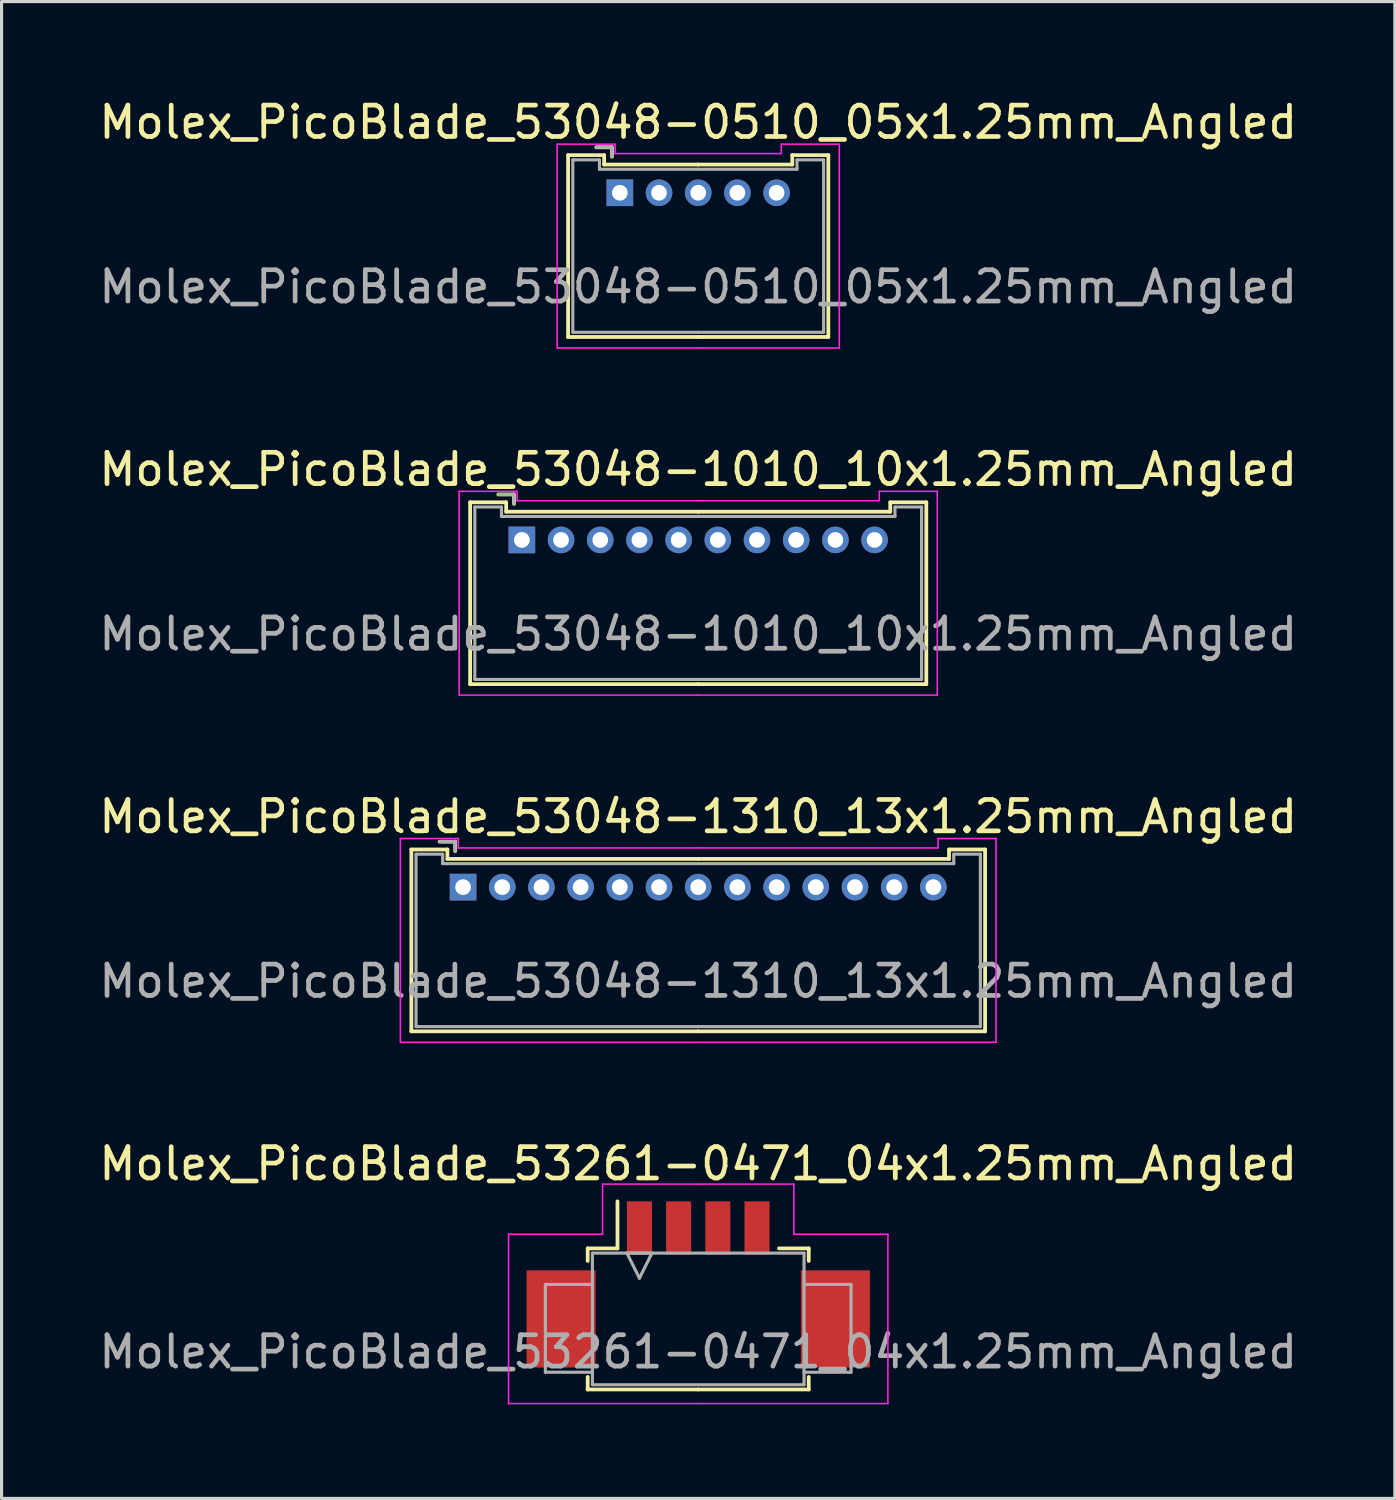
<source format=kicad_pcb>
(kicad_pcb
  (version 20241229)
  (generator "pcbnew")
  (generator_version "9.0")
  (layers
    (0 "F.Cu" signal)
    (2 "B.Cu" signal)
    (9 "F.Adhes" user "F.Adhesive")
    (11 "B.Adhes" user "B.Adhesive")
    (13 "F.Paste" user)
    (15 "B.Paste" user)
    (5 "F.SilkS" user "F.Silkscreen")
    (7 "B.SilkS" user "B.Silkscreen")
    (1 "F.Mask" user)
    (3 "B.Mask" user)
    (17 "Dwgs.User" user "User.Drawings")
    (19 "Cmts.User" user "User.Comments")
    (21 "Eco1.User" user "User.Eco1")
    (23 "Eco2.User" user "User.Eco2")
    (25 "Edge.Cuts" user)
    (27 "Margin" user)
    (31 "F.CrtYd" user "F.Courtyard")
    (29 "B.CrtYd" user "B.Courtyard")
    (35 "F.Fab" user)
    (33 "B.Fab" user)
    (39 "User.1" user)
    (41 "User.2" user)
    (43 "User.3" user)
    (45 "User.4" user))
  (footprint "Molex_PicoBlade_53261-0471_04x1.25mm_Angled"
    (layer "F.Cu")
    (at 19.22 37.568)
    (property "Reference" "Molex_PicoBlade_53261-0471_04x1.25mm_Angled" (at 0 -3.5 0) (layer "F.SilkS") (effects (font (size 1 1) (thickness 0.15))))
    (attr smd)
    (fp_line (start -3.525 -0.8) (end -3.525 -0.4) (stroke (width 0.12) (type solid)) (layer "F.SilkS"))
    (fp_line (start -3.525 3.3) (end -3.525 3.7) (stroke (width 0.12) (type solid)) (layer "F.SilkS"))
    (fp_line (start -3.525 3.7) (end 0 3.7) (stroke (width 0.12) (type solid)) (layer "F.SilkS"))
    (fp_line (start -2.575 -0.8) (end -3.525 -0.8) (stroke (width 0.12) (type solid)) (layer "F.SilkS"))
    (fp_line (start -2.575 -0.8) (end -2.575 -2.3) (stroke (width 0.12) (type solid)) (layer "F.SilkS"))
    (fp_line (start 2.575 -0.8) (end 3.525 -0.8) (stroke (width 0.12) (type solid)) (layer "F.SilkS"))
    (fp_line (start 3.525 -0.8) (end 3.525 -0.4) (stroke (width 0.12) (type solid)) (layer "F.SilkS"))
    (fp_line (start 3.525 3.3) (end 3.525 3.7) (stroke (width 0.12) (type solid)) (layer "F.SilkS"))
    (fp_line (start 3.525 3.7) (end 0 3.7) (stroke (width 0.12) (type solid)) (layer "F.SilkS"))
    (fp_line (start -6.05 -1.25) (end -6.05 4.15) (stroke (width 0.05) (type solid)) (layer "F.CrtYd"))
    (fp_line (start -6.05 4.15) (end 0 4.15) (stroke (width 0.05) (type solid)) (layer "F.CrtYd"))
    (fp_line (start -3.05 -2.85) (end -3.05 -1.25) (stroke (width 0.05) (type solid)) (layer "F.CrtYd"))
    (fp_line (start -3.05 -1.25) (end -6.05 -1.25) (stroke (width 0.05) (type solid)) (layer "F.CrtYd"))
    (fp_line (start 0 -2.85) (end -3.05 -2.85) (stroke (width 0.05) (type solid)) (layer "F.CrtYd"))
    (fp_line (start 0 -2.85) (end 3.05 -2.85) (stroke (width 0.05) (type solid)) (layer "F.CrtYd"))
    (fp_line (start 3.05 -2.85) (end 3.05 -1.25) (stroke (width 0.05) (type solid)) (layer "F.CrtYd"))
    (fp_line (start 3.05 -1.25) (end 6.05 -1.25) (stroke (width 0.05) (type solid)) (layer "F.CrtYd"))
    (fp_line (start 6.05 -1.25) (end 6.05 4.15) (stroke (width 0.05) (type solid)) (layer "F.CrtYd"))
    (fp_line (start 6.05 4.15) (end 0 4.15) (stroke (width 0.05) (type solid)) (layer "F.CrtYd"))
    (fp_line (start -4.875 0.35) (end -4.875 3.15) (stroke (width 0.1) (type solid)) (layer "F.Fab"))
    (fp_line (start -4.875 3.15) (end -3.375 3.15) (stroke (width 0.1) (type solid)) (layer "F.Fab"))
    (fp_line (start -3.375 -0.65) (end 3.375 -0.65) (stroke (width 0.1) (type solid)) (layer "F.Fab"))
    (fp_line (start -3.375 0.35) (end -4.875 0.35) (stroke (width 0.1) (type solid)) (layer "F.Fab"))
    (fp_line (start -3.375 3.55) (end -3.375 -0.65) (stroke (width 0.1) (type solid)) (layer "F.Fab"))
    (fp_line (start -2.275 -0.65) (end -1.875 0.15) (stroke (width 0.1) (type solid)) (layer "F.Fab"))
    (fp_line (start -1.875 0.15) (end -1.475 -0.65) (stroke (width 0.1) (type solid)) (layer "F.Fab"))
    (fp_line (start -1.475 -0.65) (end -2.275 -0.65) (stroke (width 0.1) (type solid)) (layer "F.Fab"))
    (fp_line (start 3.375 -0.65) (end 3.375 3.55) (stroke (width 0.1) (type solid)) (layer "F.Fab"))
    (fp_line (start 3.375 0.35) (end 4.875 0.35) (stroke (width 0.1) (type solid)) (layer "F.Fab"))
    (fp_line (start 3.375 3.55) (end -3.375 3.55) (stroke (width 0.1) (type solid)) (layer "F.Fab"))
    (fp_line (start 4.875 0.35) (end 4.875 3.15) (stroke (width 0.1) (type solid)) (layer "F.Fab"))
    (fp_line (start 4.875 3.15) (end 3.375 3.15) (stroke (width 0.1) (type solid)) (layer "F.Fab"))
    (fp_text user "${REFERENCE}" (at 0 2.5 0) (layer "F.Fab") (effects (font (size 1 1) (thickness 0.15))))
    (pad "" smd rect (at -4.375 1.45) (size 2.2 3.1) (layers "F.Cu" "F.Mask" "F.Paste"))
    (pad "" smd rect (at 4.375 1.45) (size 2.2 3.1) (layers "F.Cu" "F.Mask" "F.Paste"))
    (pad "1" smd rect (at -1.875 -1.45) (size 0.8 1.7) (layers "F.Cu" "F.Mask" "F.Paste"))
    (pad "2" smd rect (at -0.625 -1.45) (size 0.8 1.7) (layers "F.Cu" "F.Mask" "F.Paste"))
    (pad "3" smd rect (at 0.625 -1.45) (size 0.8 1.7) (layers "F.Cu" "F.Mask" "F.Paste"))
    (pad "4" smd rect (at 1.875 -1.45) (size 0.8 1.7) (layers "F.Cu" "F.Mask" "F.Paste")))
  (footprint "Molex_PicoBlade_53048-1310_13x1.25mm_Angled"
    (layer "F.Cu")
    (at 11.72 25.245)
    (property "Reference" "Molex_PicoBlade_53048-1310_13x1.25mm_Angled" (at 7.5 -2.25 0) (layer "F.SilkS") (effects (font (size 1 1) (thickness 0.15))))
    (attr through_hole)
    (fp_line (start -1.65 -1.2) (end -1.65 4.6) (stroke (width 0.12) (type solid)) (layer "F.SilkS"))
    (fp_line (start -1.65 4.6) (end 7.5 4.6) (stroke (width 0.12) (type solid)) (layer "F.SilkS"))
    (fp_line (start -0.5 -1.2) (end -1.65 -1.2) (stroke (width 0.12) (type solid)) (layer "F.SilkS"))
    (fp_line (start -0.5 -0.9) (end -0.5 -1.2) (stroke (width 0.12) (type solid)) (layer "F.SilkS"))
    (fp_line (start -0.25 -1.45) (end -0.75 -1.45) (stroke (width 0.12) (type solid)) (layer "F.SilkS"))
    (fp_line (start -0.25 -1.15) (end -0.25 -1.45) (stroke (width 0.12) (type solid)) (layer "F.SilkS"))
    (fp_line (start 7.5 -0.9) (end -0.5 -0.9) (stroke (width 0.12) (type solid)) (layer "F.SilkS"))
    (fp_line (start 7.5 -0.9) (end 15.5 -0.9) (stroke (width 0.12) (type solid)) (layer "F.SilkS"))
    (fp_line (start 15.5 -1.2) (end 16.65 -1.2) (stroke (width 0.12) (type solid)) (layer "F.SilkS"))
    (fp_line (start 15.5 -0.9) (end 15.5 -1.2) (stroke (width 0.12) (type solid)) (layer "F.SilkS"))
    (fp_line (start 16.65 -1.2) (end 16.65 4.6) (stroke (width 0.12) (type solid)) (layer "F.SilkS"))
    (fp_line (start 16.65 4.6) (end 7.5 4.6) (stroke (width 0.12) (type solid)) (layer "F.SilkS"))
    (fp_line (start -2 -1.55) (end -2 4.95) (stroke (width 0.05) (type solid)) (layer "F.CrtYd"))
    (fp_line (start -2 4.95) (end 7.5 4.95) (stroke (width 0.05) (type solid)) (layer "F.CrtYd"))
    (fp_line (start -0.15 -1.55) (end -2 -1.55) (stroke (width 0.05) (type solid)) (layer "F.CrtYd"))
    (fp_line (start -0.15 -1.25) (end -0.15 -1.55) (stroke (width 0.05) (type solid)) (layer "F.CrtYd"))
    (fp_line (start 7.5 -1.25) (end -0.15 -1.25) (stroke (width 0.05) (type solid)) (layer "F.CrtYd"))
    (fp_line (start 7.5 -1.25) (end 15.15 -1.25) (stroke (width 0.05) (type solid)) (layer "F.CrtYd"))
    (fp_line (start 15.15 -1.55) (end 17 -1.55) (stroke (width 0.05) (type solid)) (layer "F.CrtYd"))
    (fp_line (start 15.15 -1.25) (end 15.15 -1.55) (stroke (width 0.05) (type solid)) (layer "F.CrtYd"))
    (fp_line (start 17 -1.55) (end 17 4.95) (stroke (width 0.05) (type solid)) (layer "F.CrtYd"))
    (fp_line (start 17 4.95) (end 7.5 4.95) (stroke (width 0.05) (type solid)) (layer "F.CrtYd"))
    (fp_line (start -1.5 -1.05) (end -1.5 4.45) (stroke (width 0.1) (type solid)) (layer "F.Fab"))
    (fp_line (start -1.5 4.45) (end 7.5 4.45) (stroke (width 0.1) (type solid)) (layer "F.Fab"))
    (fp_line (start -0.65 -1.05) (end -1.5 -1.05) (stroke (width 0.1) (type solid)) (layer "F.Fab"))
    (fp_line (start -0.65 -0.75) (end -0.65 -1.05) (stroke (width 0.1) (type solid)) (layer "F.Fab"))
    (fp_line (start -0.25 -1.45) (end -0.75 -1.45) (stroke (width 0.1) (type solid)) (layer "F.Fab"))
    (fp_line (start -0.25 -1.15) (end -0.25 -1.45) (stroke (width 0.1) (type solid)) (layer "F.Fab"))
    (fp_line (start 7.5 -0.75) (end -0.65 -0.75) (stroke (width 0.1) (type solid)) (layer "F.Fab"))
    (fp_line (start 7.5 -0.75) (end 15.65 -0.75) (stroke (width 0.1) (type solid)) (layer "F.Fab"))
    (fp_line (start 15.65 -1.05) (end 16.5 -1.05) (stroke (width 0.1) (type solid)) (layer "F.Fab"))
    (fp_line (start 15.65 -0.75) (end 15.65 -1.05) (stroke (width 0.1) (type solid)) (layer "F.Fab"))
    (fp_line (start 16.5 -1.05) (end 16.5 4.45) (stroke (width 0.1) (type solid)) (layer "F.Fab"))
    (fp_line (start 16.5 4.45) (end 7.5 4.45) (stroke (width 0.1) (type solid)) (layer "F.Fab"))
    (fp_text user "${REFERENCE}" (at 7.5 3 0) (layer "F.Fab") (effects (font (size 1 1) (thickness 0.15))))
    (pad "1" thru_hole rect (at 0 0) (size 0.85 0.85) (drill 0.5) (layers "*.Cu" "*.Mask"))
    (pad "2" thru_hole circle (at 1.25 0) (size 0.85 0.85) (drill 0.5) (layers "*.Cu" "*.Mask"))
    (pad "3" thru_hole circle (at 2.5 0) (size 0.85 0.85) (drill 0.5) (layers "*.Cu" "*.Mask"))
    (pad "4" thru_hole circle (at 3.75 0) (size 0.85 0.85) (drill 0.5) (layers "*.Cu" "*.Mask"))
    (pad "5" thru_hole circle (at 5 0) (size 0.85 0.85) (drill 0.5) (layers "*.Cu" "*.Mask"))
    (pad "6" thru_hole circle (at 6.25 0) (size 0.85 0.85) (drill 0.5) (layers "*.Cu" "*.Mask"))
    (pad "7" thru_hole circle (at 7.5 0) (size 0.85 0.85) (drill 0.5) (layers "*.Cu" "*.Mask"))
    (pad "8" thru_hole circle (at 8.75 0) (size 0.85 0.85) (drill 0.5) (layers "*.Cu" "*.Mask"))
    (pad "9" thru_hole circle (at 10 0) (size 0.85 0.85) (drill 0.5) (layers "*.Cu" "*.Mask"))
    (pad "10" thru_hole circle (at 11.25 0) (size 0.85 0.85) (drill 0.5) (layers "*.Cu" "*.Mask"))
    (pad "11" thru_hole circle (at 12.5 0) (size 0.85 0.85) (drill 0.5) (layers "*.Cu" "*.Mask"))
    (pad "12" thru_hole circle (at 13.75 0) (size 0.85 0.85) (drill 0.5) (layers "*.Cu" "*.Mask"))
    (pad "13" thru_hole circle (at 15 0) (size 0.85 0.85) (drill 0.5) (layers "*.Cu" "*.Mask")))
  (footprint "Molex_PicoBlade_53048-1010_10x1.25mm_Angled"
    (layer "F.Cu")
    (at 13.595 14.171)
    (property "Reference" "Molex_PicoBlade_53048-1010_10x1.25mm_Angled" (at 5.625 -2.25 0) (layer "F.SilkS") (effects (font (size 1 1) (thickness 0.15))))
    (attr through_hole)
    (fp_line (start -1.65 -1.2) (end -1.65 4.6) (stroke (width 0.12) (type solid)) (layer "F.SilkS"))
    (fp_line (start -1.65 4.6) (end 5.625 4.6) (stroke (width 0.12) (type solid)) (layer "F.SilkS"))
    (fp_line (start -0.5 -1.2) (end -1.65 -1.2) (stroke (width 0.12) (type solid)) (layer "F.SilkS"))
    (fp_line (start -0.5 -0.9) (end -0.5 -1.2) (stroke (width 0.12) (type solid)) (layer "F.SilkS"))
    (fp_line (start -0.25 -1.45) (end -0.75 -1.45) (stroke (width 0.12) (type solid)) (layer "F.SilkS"))
    (fp_line (start -0.25 -1.15) (end -0.25 -1.45) (stroke (width 0.12) (type solid)) (layer "F.SilkS"))
    (fp_line (start 5.625 -0.9) (end -0.5 -0.9) (stroke (width 0.12) (type solid)) (layer "F.SilkS"))
    (fp_line (start 5.625 -0.9) (end 11.75 -0.9) (stroke (width 0.12) (type solid)) (layer "F.SilkS"))
    (fp_line (start 11.75 -1.2) (end 12.9 -1.2) (stroke (width 0.12) (type solid)) (layer "F.SilkS"))
    (fp_line (start 11.75 -0.9) (end 11.75 -1.2) (stroke (width 0.12) (type solid)) (layer "F.SilkS"))
    (fp_line (start 12.9 -1.2) (end 12.9 4.6) (stroke (width 0.12) (type solid)) (layer "F.SilkS"))
    (fp_line (start 12.9 4.6) (end 5.625 4.6) (stroke (width 0.12) (type solid)) (layer "F.SilkS"))
    (fp_line (start -2 -1.55) (end -2 4.95) (stroke (width 0.05) (type solid)) (layer "F.CrtYd"))
    (fp_line (start -2 4.95) (end 5.6 4.95) (stroke (width 0.05) (type solid)) (layer "F.CrtYd"))
    (fp_line (start -0.15 -1.55) (end -2 -1.55) (stroke (width 0.05) (type solid)) (layer "F.CrtYd"))
    (fp_line (start -0.15 -1.25) (end -0.15 -1.55) (stroke (width 0.05) (type solid)) (layer "F.CrtYd"))
    (fp_line (start 5.6 -1.25) (end -0.15 -1.25) (stroke (width 0.05) (type solid)) (layer "F.CrtYd"))
    (fp_line (start 5.6 -1.25) (end 11.4 -1.25) (stroke (width 0.05) (type solid)) (layer "F.CrtYd"))
    (fp_line (start 11.4 -1.55) (end 13.25 -1.55) (stroke (width 0.05) (type solid)) (layer "F.CrtYd"))
    (fp_line (start 11.4 -1.25) (end 11.4 -1.55) (stroke (width 0.05) (type solid)) (layer "F.CrtYd"))
    (fp_line (start 13.25 -1.55) (end 13.25 4.95) (stroke (width 0.05) (type solid)) (layer "F.CrtYd"))
    (fp_line (start 13.25 4.95) (end 5.6 4.95) (stroke (width 0.05) (type solid)) (layer "F.CrtYd"))
    (fp_line (start -1.5 -1.05) (end -1.5 4.45) (stroke (width 0.1) (type solid)) (layer "F.Fab"))
    (fp_line (start -1.5 4.45) (end 5.625 4.45) (stroke (width 0.1) (type solid)) (layer "F.Fab"))
    (fp_line (start -0.65 -1.05) (end -1.5 -1.05) (stroke (width 0.1) (type solid)) (layer "F.Fab"))
    (fp_line (start -0.65 -0.75) (end -0.65 -1.05) (stroke (width 0.1) (type solid)) (layer "F.Fab"))
    (fp_line (start -0.25 -1.45) (end -0.75 -1.45) (stroke (width 0.1) (type solid)) (layer "F.Fab"))
    (fp_line (start -0.25 -1.15) (end -0.25 -1.45) (stroke (width 0.1) (type solid)) (layer "F.Fab"))
    (fp_line (start 5.625 -0.75) (end -0.65 -0.75) (stroke (width 0.1) (type solid)) (layer "F.Fab"))
    (fp_line (start 5.625 -0.75) (end 11.9 -0.75) (stroke (width 0.1) (type solid)) (layer "F.Fab"))
    (fp_line (start 11.9 -1.05) (end 12.75 -1.05) (stroke (width 0.1) (type solid)) (layer "F.Fab"))
    (fp_line (start 11.9 -0.75) (end 11.9 -1.05) (stroke (width 0.1) (type solid)) (layer "F.Fab"))
    (fp_line (start 12.75 -1.05) (end 12.75 4.45) (stroke (width 0.1) (type solid)) (layer "F.Fab"))
    (fp_line (start 12.75 4.45) (end 5.625 4.45) (stroke (width 0.1) (type solid)) (layer "F.Fab"))
    (fp_text user "${REFERENCE}" (at 5.625 3 0) (layer "F.Fab") (effects (font (size 1 1) (thickness 0.15))))
    (pad "1" thru_hole rect (at 0 0) (size 0.85 0.85) (drill 0.5) (layers "*.Cu" "*.Mask"))
    (pad "2" thru_hole circle (at 1.25 0) (size 0.85 0.85) (drill 0.5) (layers "*.Cu" "*.Mask"))
    (pad "3" thru_hole circle (at 2.5 0) (size 0.85 0.85) (drill 0.5) (layers "*.Cu" "*.Mask"))
    (pad "4" thru_hole circle (at 3.75 0) (size 0.85 0.85) (drill 0.5) (layers "*.Cu" "*.Mask"))
    (pad "5" thru_hole circle (at 5 0) (size 0.85 0.85) (drill 0.5) (layers "*.Cu" "*.Mask"))
    (pad "6" thru_hole circle (at 6.25 0) (size 0.85 0.85) (drill 0.5) (layers "*.Cu" "*.Mask"))
    (pad "7" thru_hole circle (at 7.5 0) (size 0.85 0.85) (drill 0.5) (layers "*.Cu" "*.Mask"))
    (pad "8" thru_hole circle (at 8.75 0) (size 0.85 0.85) (drill 0.5) (layers "*.Cu" "*.Mask"))
    (pad "9" thru_hole circle (at 10 0) (size 0.85 0.85) (drill 0.5) (layers "*.Cu" "*.Mask"))
    (pad "10" thru_hole circle (at 11.25 0) (size 0.85 0.85) (drill 0.5) (layers "*.Cu" "*.Mask")))
  (footprint "Molex_PicoBlade_53048-0510_05x1.25mm_Angled"
    (layer "F.Cu")
    (at 16.72 3.098)
    (property "Reference" "Molex_PicoBlade_53048-0510_05x1.25mm_Angled" (at 2.5 -2.25 0) (layer "F.SilkS") (effects (font (size 1 1) (thickness 0.15))))
    (attr through_hole)
    (fp_line (start -1.65 -1.2) (end -1.65 4.6) (stroke (width 0.12) (type solid)) (layer "F.SilkS"))
    (fp_line (start -1.65 4.6) (end 2.5 4.6) (stroke (width 0.12) (type solid)) (layer "F.SilkS"))
    (fp_line (start -0.5 -1.2) (end -1.65 -1.2) (stroke (width 0.12) (type solid)) (layer "F.SilkS"))
    (fp_line (start -0.5 -0.9) (end -0.5 -1.2) (stroke (width 0.12) (type solid)) (layer "F.SilkS"))
    (fp_line (start -0.25 -1.45) (end -0.75 -1.45) (stroke (width 0.12) (type solid)) (layer "F.SilkS"))
    (fp_line (start -0.25 -1.15) (end -0.25 -1.45) (stroke (width 0.12) (type solid)) (layer "F.SilkS"))
    (fp_line (start 2.5 -0.9) (end -0.5 -0.9) (stroke (width 0.12) (type solid)) (layer "F.SilkS"))
    (fp_line (start 2.5 -0.9) (end 5.5 -0.9) (stroke (width 0.12) (type solid)) (layer "F.SilkS"))
    (fp_line (start 5.5 -1.2) (end 6.65 -1.2) (stroke (width 0.12) (type solid)) (layer "F.SilkS"))
    (fp_line (start 5.5 -0.9) (end 5.5 -1.2) (stroke (width 0.12) (type solid)) (layer "F.SilkS"))
    (fp_line (start 6.65 -1.2) (end 6.65 4.6) (stroke (width 0.12) (type solid)) (layer "F.SilkS"))
    (fp_line (start 6.65 4.6) (end 2.5 4.6) (stroke (width 0.12) (type solid)) (layer "F.SilkS"))
    (fp_line (start -2 -1.55) (end -2 4.95) (stroke (width 0.05) (type solid)) (layer "F.CrtYd"))
    (fp_line (start -2 4.95) (end 2.5 4.95) (stroke (width 0.05) (type solid)) (layer "F.CrtYd"))
    (fp_line (start -0.15 -1.55) (end -2 -1.55) (stroke (width 0.05) (type solid)) (layer "F.CrtYd"))
    (fp_line (start -0.15 -1.25) (end -0.15 -1.55) (stroke (width 0.05) (type solid)) (layer "F.CrtYd"))
    (fp_line (start 2.5 -1.25) (end -0.15 -1.25) (stroke (width 0.05) (type solid)) (layer "F.CrtYd"))
    (fp_line (start 2.5 -1.25) (end 5.15 -1.25) (stroke (width 0.05) (type solid)) (layer "F.CrtYd"))
    (fp_line (start 5.15 -1.55) (end 7 -1.55) (stroke (width 0.05) (type solid)) (layer "F.CrtYd"))
    (fp_line (start 5.15 -1.25) (end 5.15 -1.55) (stroke (width 0.05) (type solid)) (layer "F.CrtYd"))
    (fp_line (start 7 -1.55) (end 7 4.95) (stroke (width 0.05) (type solid)) (layer "F.CrtYd"))
    (fp_line (start 7 4.95) (end 2.5 4.95) (stroke (width 0.05) (type solid)) (layer "F.CrtYd"))
    (fp_line (start -1.5 -1.05) (end -1.5 4.45) (stroke (width 0.1) (type solid)) (layer "F.Fab"))
    (fp_line (start -1.5 4.45) (end 2.5 4.45) (stroke (width 0.1) (type solid)) (layer "F.Fab"))
    (fp_line (start -0.65 -1.05) (end -1.5 -1.05) (stroke (width 0.1) (type solid)) (layer "F.Fab"))
    (fp_line (start -0.65 -0.75) (end -0.65 -1.05) (stroke (width 0.1) (type solid)) (layer "F.Fab"))
    (fp_line (start -0.25 -1.45) (end -0.75 -1.45) (stroke (width 0.1) (type solid)) (layer "F.Fab"))
    (fp_line (start -0.25 -1.15) (end -0.25 -1.45) (stroke (width 0.1) (type solid)) (layer "F.Fab"))
    (fp_line (start 2.5 -0.75) (end -0.65 -0.75) (stroke (width 0.1) (type solid)) (layer "F.Fab"))
    (fp_line (start 2.5 -0.75) (end 5.65 -0.75) (stroke (width 0.1) (type solid)) (layer "F.Fab"))
    (fp_line (start 5.65 -1.05) (end 6.5 -1.05) (stroke (width 0.1) (type solid)) (layer "F.Fab"))
    (fp_line (start 5.65 -0.75) (end 5.65 -1.05) (stroke (width 0.1) (type solid)) (layer "F.Fab"))
    (fp_line (start 6.5 -1.05) (end 6.5 4.45) (stroke (width 0.1) (type solid)) (layer "F.Fab"))
    (fp_line (start 6.5 4.45) (end 2.5 4.45) (stroke (width 0.1) (type solid)) (layer "F.Fab"))
    (fp_text user "${REFERENCE}" (at 2.5 3 0) (layer "F.Fab") (effects (font (size 1 1) (thickness 0.15))))
    (pad "1" thru_hole rect (at 0 0) (size 0.85 0.85) (drill 0.5) (layers "*.Cu" "*.Mask"))
    (pad "2" thru_hole circle (at 1.25 0) (size 0.85 0.85) (drill 0.5) (layers "*.Cu" "*.Mask"))
    (pad "3" thru_hole circle (at 2.5 0) (size 0.85 0.85) (drill 0.5) (layers "*.Cu" "*.Mask"))
    (pad "4" thru_hole circle (at 3.75 0) (size 0.85 0.85) (drill 0.5) (layers "*.Cu" "*.Mask"))
    (pad "5" thru_hole circle (at 5 0) (size 0.85 0.85) (drill 0.5) (layers "*.Cu" "*.Mask")))
  (gr_rect
    (start -3 -3)
    (end 41.44 44.743)
    (stroke (width 0.1) (type default))
    (fill no)
    (layer "Edge.Cuts")))
</source>
